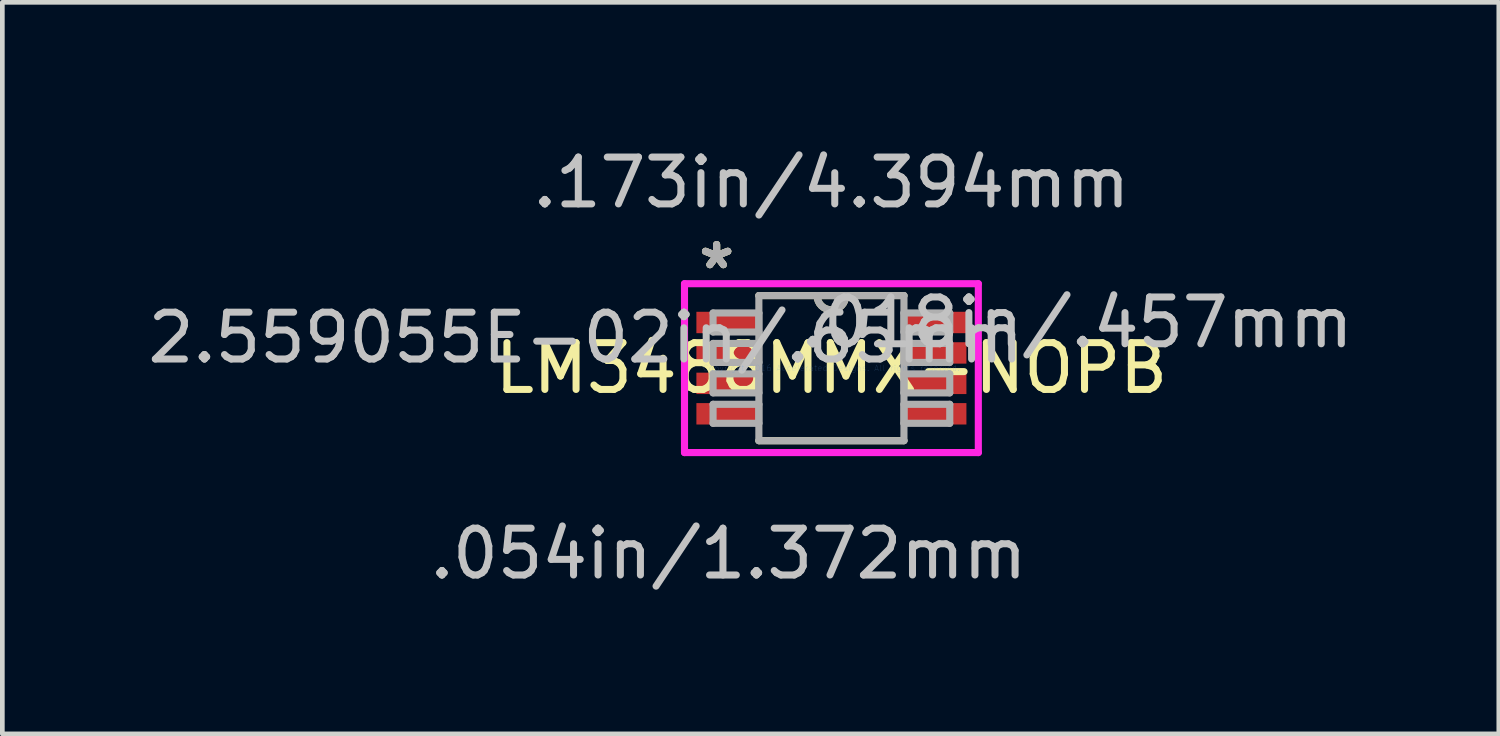
<source format=kicad_pcb>
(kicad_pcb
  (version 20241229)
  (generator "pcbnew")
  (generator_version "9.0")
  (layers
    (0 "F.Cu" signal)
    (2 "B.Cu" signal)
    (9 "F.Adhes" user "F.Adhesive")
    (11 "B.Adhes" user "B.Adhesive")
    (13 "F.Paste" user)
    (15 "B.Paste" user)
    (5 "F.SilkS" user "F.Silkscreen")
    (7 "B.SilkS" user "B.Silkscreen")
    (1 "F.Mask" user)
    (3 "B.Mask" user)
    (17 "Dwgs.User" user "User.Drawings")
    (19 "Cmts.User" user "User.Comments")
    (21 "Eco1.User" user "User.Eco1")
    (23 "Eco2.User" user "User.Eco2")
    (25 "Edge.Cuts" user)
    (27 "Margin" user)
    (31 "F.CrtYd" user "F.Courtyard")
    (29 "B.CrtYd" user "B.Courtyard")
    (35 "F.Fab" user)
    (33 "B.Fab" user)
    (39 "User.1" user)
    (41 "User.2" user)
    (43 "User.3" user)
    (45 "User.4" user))
  (footprint "LM3488MMX-NOPB"
    (layer "F.Cu")
    (at 14.703 4.811)
    (property "Reference" "LM3488MMX-NOPB" (at 0 0 0) (layer "F.SilkS") (effects (font (size 1 1) (thickness 0.15))))
    (attr through_hole)
    (fp_line (start -1.549 1.549) (end 1.549 1.549) (stroke (width 0.152) (type solid)) (layer "F.SilkS"))
    (fp_line (start 1.549 -1.549) (end -1.549 -1.549) (stroke (width 0.152) (type solid)) (layer "F.SilkS"))
    (fp_arc (start 0.3048 -1.5494) (mid 0 -1.2446) (end -0.3048 -1.5494) (stroke (width 0.1524) (type solid)) (layer "F.SilkS"))
    (fp_line (start -3.137 -1.803) (end 3.137 -1.803) (stroke (width 0.152) (type solid)) (layer "F.CrtYd"))
    (fp_line (start -3.137 1.803) (end -3.137 -1.803) (stroke (width 0.152) (type solid)) (layer "F.CrtYd"))
    (fp_line (start 3.137 -1.803) (end 3.137 1.803) (stroke (width 0.152) (type solid)) (layer "F.CrtYd"))
    (fp_line (start 3.137 1.803) (end -3.137 1.803) (stroke (width 0.152) (type solid)) (layer "F.CrtYd"))
    (fp_line (start -2.527 -1.178) (end -2.527 -0.772) (stroke (width 0.152) (type solid)) (layer "F.Fab"))
    (fp_line (start -2.527 -0.772) (end -1.549 -0.772) (stroke (width 0.152) (type solid)) (layer "F.Fab"))
    (fp_line (start -2.527 -0.528) (end -2.527 -0.122) (stroke (width 0.152) (type solid)) (layer "F.Fab"))
    (fp_line (start -2.527 -0.122) (end -1.549 -0.122) (stroke (width 0.152) (type solid)) (layer "F.Fab"))
    (fp_line (start -2.527 0.122) (end -2.527 0.528) (stroke (width 0.152) (type solid)) (layer "F.Fab"))
    (fp_line (start -2.527 0.528) (end -1.549 0.528) (stroke (width 0.152) (type solid)) (layer "F.Fab"))
    (fp_line (start -2.527 0.772) (end -2.527 1.178) (stroke (width 0.152) (type solid)) (layer "F.Fab"))
    (fp_line (start -2.527 1.178) (end -1.549 1.178) (stroke (width 0.152) (type solid)) (layer "F.Fab"))
    (fp_line (start -1.549 -1.549) (end -1.549 1.549) (stroke (width 0.152) (type solid)) (layer "F.Fab"))
    (fp_line (start -1.549 -1.178) (end -2.527 -1.178) (stroke (width 0.152) (type solid)) (layer "F.Fab"))
    (fp_line (start -1.549 -0.772) (end -1.549 -1.178) (stroke (width 0.152) (type solid)) (layer "F.Fab"))
    (fp_line (start -1.549 -0.528) (end -2.527 -0.528) (stroke (width 0.152) (type solid)) (layer "F.Fab"))
    (fp_line (start -1.549 -0.122) (end -1.549 -0.528) (stroke (width 0.152) (type solid)) (layer "F.Fab"))
    (fp_line (start -1.549 0.122) (end -2.527 0.122) (stroke (width 0.152) (type solid)) (layer "F.Fab"))
    (fp_line (start -1.549 0.528) (end -1.549 0.122) (stroke (width 0.152) (type solid)) (layer "F.Fab"))
    (fp_line (start -1.549 0.772) (end -2.527 0.772) (stroke (width 0.152) (type solid)) (layer "F.Fab"))
    (fp_line (start -1.549 1.178) (end -1.549 0.772) (stroke (width 0.152) (type solid)) (layer "F.Fab"))
    (fp_line (start -1.549 1.549) (end 1.549 1.549) (stroke (width 0.152) (type solid)) (layer "F.Fab"))
    (fp_line (start 1.549 -1.549) (end -1.549 -1.549) (stroke (width 0.152) (type solid)) (layer "F.Fab"))
    (fp_line (start 1.549 -1.178) (end 1.549 -0.772) (stroke (width 0.152) (type solid)) (layer "F.Fab"))
    (fp_line (start 1.549 -0.772) (end 2.527 -0.772) (stroke (width 0.152) (type solid)) (layer "F.Fab"))
    (fp_line (start 1.549 -0.528) (end 1.549 -0.122) (stroke (width 0.152) (type solid)) (layer "F.Fab"))
    (fp_line (start 1.549 -0.122) (end 2.527 -0.122) (stroke (width 0.152) (type solid)) (layer "F.Fab"))
    (fp_line (start 1.549 0.122) (end 1.549 0.528) (stroke (width 0.152) (type solid)) (layer "F.Fab"))
    (fp_line (start 1.549 0.528) (end 2.527 0.528) (stroke (width 0.152) (type solid)) (layer "F.Fab"))
    (fp_line (start 1.549 0.772) (end 1.549 1.178) (stroke (width 0.152) (type solid)) (layer "F.Fab"))
    (fp_line (start 1.549 1.178) (end 2.527 1.178) (stroke (width 0.152) (type solid)) (layer "F.Fab"))
    (fp_line (start 1.549 1.549) (end 1.549 -1.549) (stroke (width 0.152) (type solid)) (layer "F.Fab"))
    (fp_line (start 2.527 -1.178) (end 1.549 -1.178) (stroke (width 0.152) (type solid)) (layer "F.Fab"))
    (fp_line (start 2.527 -0.772) (end 2.527 -1.178) (stroke (width 0.152) (type solid)) (layer "F.Fab"))
    (fp_line (start 2.527 -0.528) (end 1.549 -0.528) (stroke (width 0.152) (type solid)) (layer "F.Fab"))
    (fp_line (start 2.527 -0.122) (end 2.527 -0.528) (stroke (width 0.152) (type solid)) (layer "F.Fab"))
    (fp_line (start 2.527 0.122) (end 1.549 0.122) (stroke (width 0.152) (type solid)) (layer "F.Fab"))
    (fp_line (start 2.527 0.528) (end 2.527 0.122) (stroke (width 0.152) (type solid)) (layer "F.Fab"))
    (fp_line (start 2.527 0.772) (end 1.549 0.772) (stroke (width 0.152) (type solid)) (layer "F.Fab"))
    (fp_line (start 2.527 1.178) (end 2.527 0.772) (stroke (width 0.152) (type solid)) (layer "F.Fab"))
    (fp_arc (start 0.3048 -1.5494) (mid 0 -1.2446) (end -0.3048 -1.5494) (stroke (width 0.1524) (type solid)) (layer "F.Fab"))
    (fp_text user "*" (at -2.451 -2.093 0) (layer "F.SilkS") (effects (font (size 1 1) (thickness 0.15))))
    (fp_text user "*" (at -2.451 -2.093 0) (layer "F.SilkS") (effects (font (size 1 1) (thickness 0.15))))
    (fp_text user "2.559055E-02in/.65mm" (at -5.245 -0.65 0) (layer "Dwgs.User") (effects (font (size 1 1) (thickness 0.15))))
    (fp_text user ".018in/.457mm" (at 5.245 -0.975 0) (layer "Dwgs.User") (effects (font (size 1 1) (thickness 0.15))))
    (fp_text user ".173in/4.394mm" (at 0 -3.962 0) (layer "Dwgs.User") (effects (font (size 1 1) (thickness 0.15))))
    (fp_text user ".054in/1.372mm" (at -2.197 3.962 0) (layer "Dwgs.User") (effects (font (size 1 1) (thickness 0.15))))
    (fp_text user "Copyright 2016 Accelerated Designs. All rights reserved." (at 0 0 0) (layer "Cmts.User") (effects (font (size 0.127 0.127) (thickness 0.002))))
    (fp_text user "*" (at -2.451 -2.093 0) (layer "F.Fab") (effects (font (size 1 1) (thickness 0.15))))
    (fp_text user "*" (at -2.451 -2.093 0) (layer "F.Fab") (effects (font (size 1 1) (thickness 0.15))))
    (pad "1" smd rect (at -2.197 -0.975) (size 1.372 0.457) (layers "F.Cu" "F.Mask" "F.Paste"))
    (pad "2" smd rect (at -2.197 -0.325) (size 1.372 0.457) (layers "F.Cu" "F.Mask" "F.Paste"))
    (pad "3" smd rect (at -2.197 0.325) (size 1.372 0.457) (layers "F.Cu" "F.Mask" "F.Paste"))
    (pad "4" smd rect (at -2.197 0.975) (size 1.372 0.457) (layers "F.Cu" "F.Mask" "F.Paste"))
    (pad "5" smd rect (at 2.197 0.975) (size 1.372 0.457) (layers "F.Cu" "F.Mask" "F.Paste"))
    (pad "6" smd rect (at 2.197 0.325) (size 1.372 0.457) (layers "F.Cu" "F.Mask" "F.Paste"))
    (pad "7" smd rect (at 2.197 -0.325) (size 1.372 0.457) (layers "F.Cu" "F.Mask" "F.Paste"))
    (pad "8" smd rect (at 2.197 -0.975) (size 1.372 0.457) (layers "F.Cu" "F.Mask" "F.Paste")))
  (gr_rect
    (start -3 -3)
    (end 28.954 12.621)
    (stroke (width 0.1) (type default))
    (fill no)
    (layer "Edge.Cuts")))
</source>
